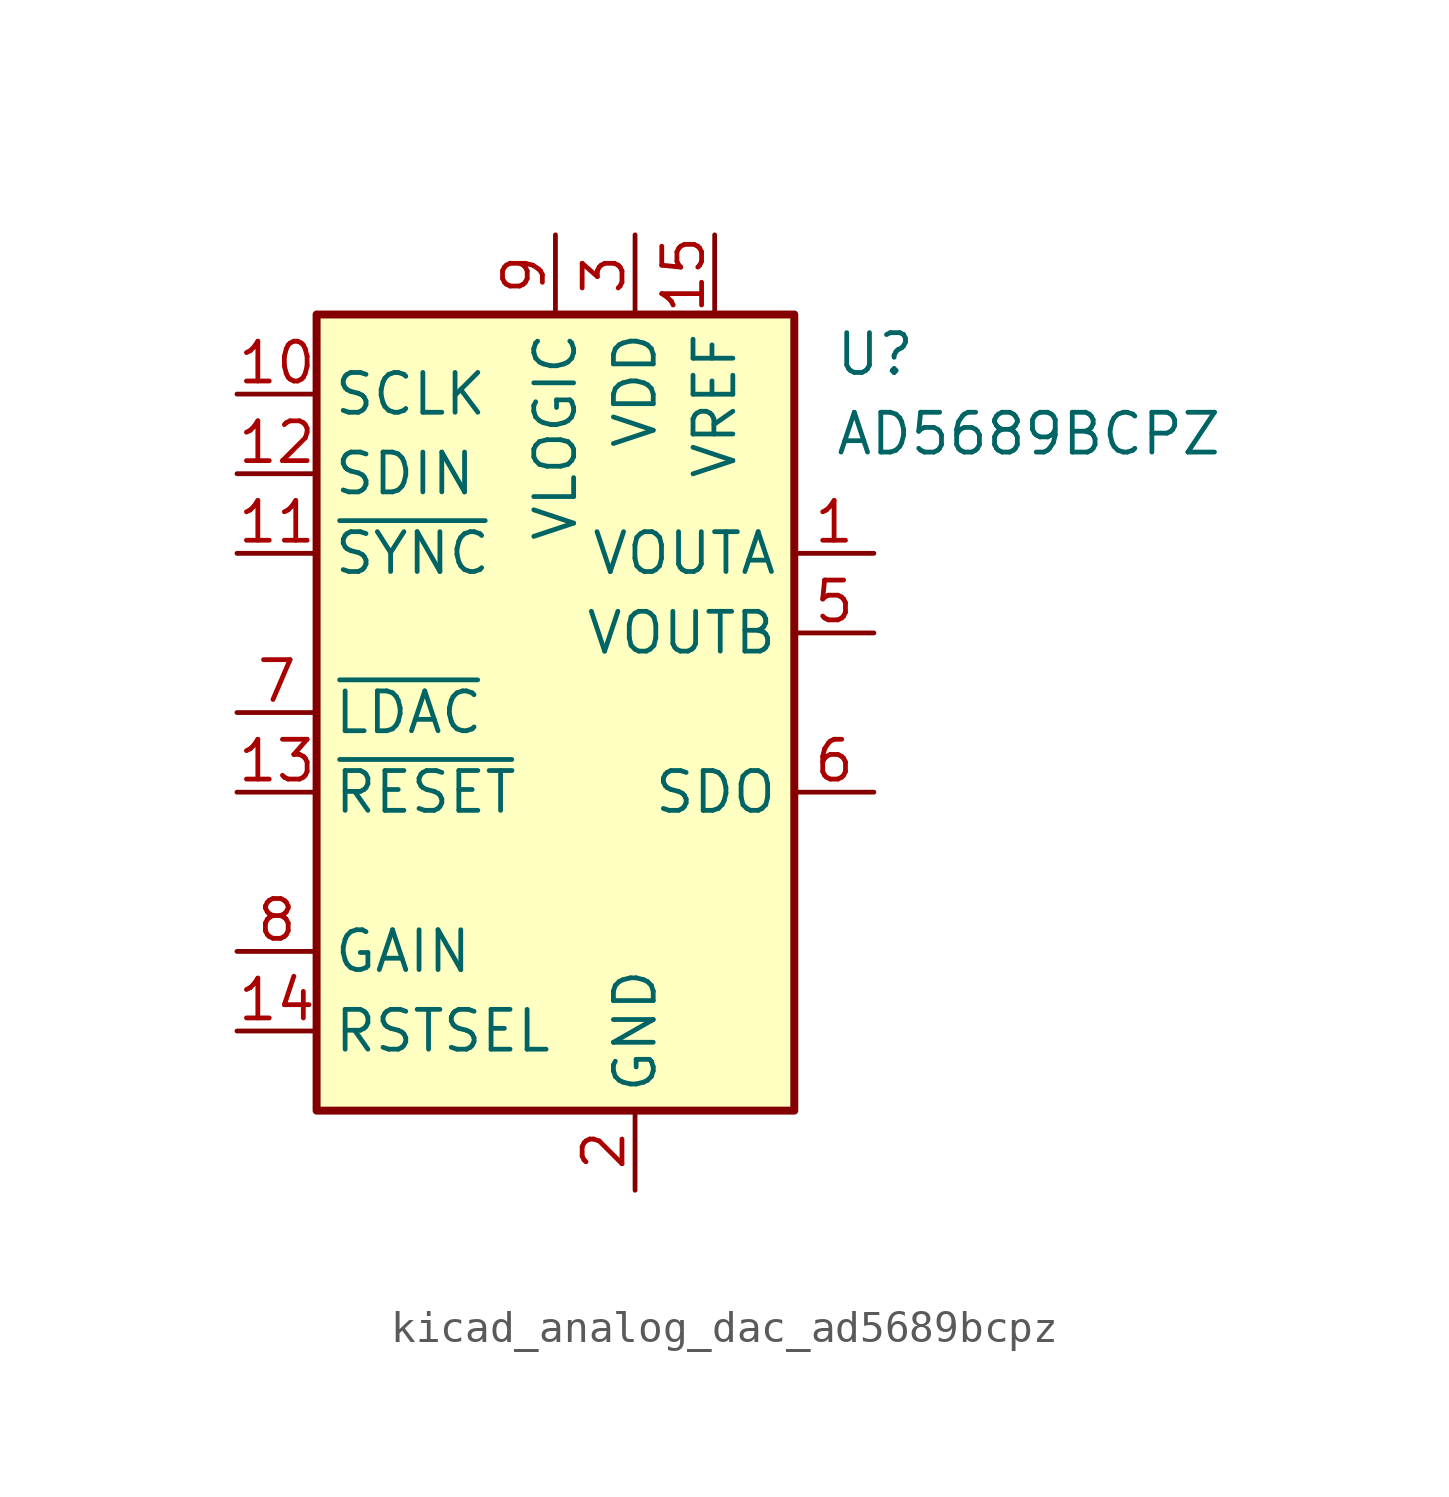
<source format=kicad_sym>
(kicad_symbol_lib
  (version 20220914)
  (generator kicad_symbol_editor)
  (symbol "kicad_analog_dac_ad5689bcpz"
    (property "Reference" "U"
      (at 8.89 11.43 0)
      (effects (font (size 1.27 1.27)) (justify left)))
    (property "Value" "AD5689BCPZ"
      (at 8.89 8.89 0)
      (effects (font (size 1.27 1.27)) (justify left)))
    (symbol "kicad_analog_dac_ad5689bcpz_0_1"
      (rectangle (start -7.62 12.7) (end 7.62 -12.7) (stroke (width 0.254) (type default)) (fill (type background))))
    (symbol "kicad_analog_dac_ad5689bcpz_1_1"
      (pin output line (at 10.16 5.08 180) (length 2.54) (name "VOUTA" (effects (font (size 1.27 1.27)))) (number "1" (effects (font (size 1.27 1.27)))))
      (pin input line (at -10.16 10.16 0) (length 2.54) (name "SCLK" (effects (font (size 1.27 1.27)))) (number "10" (effects (font (size 1.27 1.27)))))
      (pin input line (at -10.16 5.08 0) (length 2.54) (name "~{SYNC}" (effects (font (size 1.27 1.27)))) (number "11" (effects (font (size 1.27 1.27)))))
      (pin input line (at -10.16 7.62 0) (length 2.54) (name "SDIN" (effects (font (size 1.27 1.27)))) (number "12" (effects (font (size 1.27 1.27)))))
      (pin input line (at -10.16 -2.54 0) (length 2.54) (name "~{RESET}" (effects (font (size 1.27 1.27)))) (number "13" (effects (font (size 1.27 1.27)))))
      (pin input line (at -10.16 -10.16 0) (length 2.54) (name "RSTSEL" (effects (font (size 1.27 1.27)))) (number "14" (effects (font (size 1.27 1.27)))))
      (pin power_in line (at 5.08 15.24 270) (length 2.54) (name "VREF" (effects (font (size 1.27 1.27)))) (number "15" (effects (font (size 1.27 1.27)))))
      (pin no_connect line (at 7.62 -5.08 180) (length 2.54) hide (name "NC" (effects (font (size 1.27 1.27)))) (number "16" (effects (font (size 1.27 1.27)))))
      (pin passive line (at 2.54 -15.24 90) (length 2.54) hide (name "GND" (effects (font (size 1.27 1.27)))) (number "17" (effects (font (size 1.27 1.27)))))
      (pin power_in line (at 2.54 -15.24 90) (length 2.54) (name "GND" (effects (font (size 1.27 1.27)))) (number "2" (effects (font (size 1.27 1.27)))))
      (pin power_in line (at 2.54 15.24 270) (length 2.54) (name "VDD" (effects (font (size 1.27 1.27)))) (number "3" (effects (font (size 1.27 1.27)))))
      (pin no_connect line (at 7.62 -7.62 180) (length 2.54) hide (name "NC" (effects (font (size 1.27 1.27)))) (number "4" (effects (font (size 1.27 1.27)))))
      (pin output line (at 10.16 2.54 180) (length 2.54) (name "VOUTB" (effects (font (size 1.27 1.27)))) (number "5" (effects (font (size 1.27 1.27)))))
      (pin output line (at 10.16 -2.54 180) (length 2.54) (name "SDO" (effects (font (size 1.27 1.27)))) (number "6" (effects (font (size 1.27 1.27)))))
      (pin input line (at -10.16 0 0) (length 2.54) (name "~{LDAC}" (effects (font (size 1.27 1.27)))) (number "7" (effects (font (size 1.27 1.27)))))
      (pin input line (at -10.16 -7.62 0) (length 2.54) (name "GAIN" (effects (font (size 1.27 1.27)))) (number "8" (effects (font (size 1.27 1.27)))))
      (pin power_in line (at 0 15.24 270) (length 2.54) (name "VLOGIC" (effects (font (size 1.27 1.27)))) (number "9" (effects (font (size 1.27 1.27))))))))
</source>
